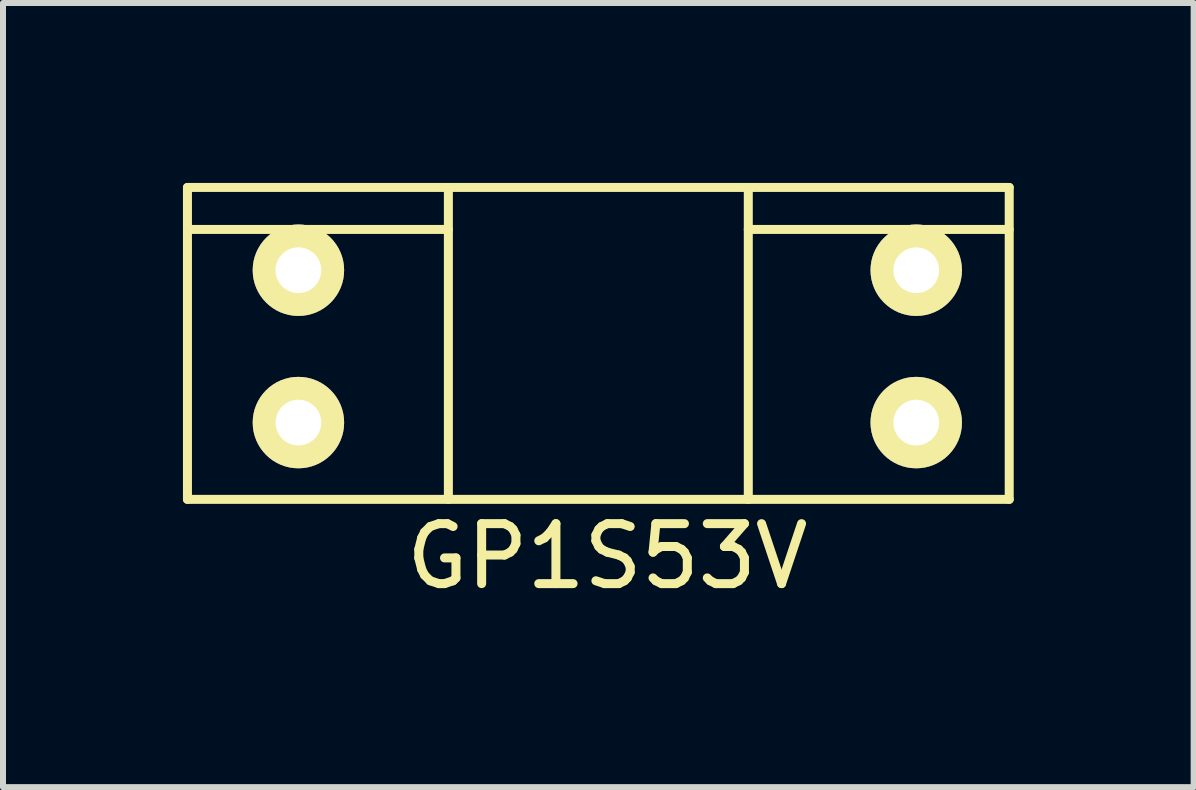
<source format=kicad_pcb>
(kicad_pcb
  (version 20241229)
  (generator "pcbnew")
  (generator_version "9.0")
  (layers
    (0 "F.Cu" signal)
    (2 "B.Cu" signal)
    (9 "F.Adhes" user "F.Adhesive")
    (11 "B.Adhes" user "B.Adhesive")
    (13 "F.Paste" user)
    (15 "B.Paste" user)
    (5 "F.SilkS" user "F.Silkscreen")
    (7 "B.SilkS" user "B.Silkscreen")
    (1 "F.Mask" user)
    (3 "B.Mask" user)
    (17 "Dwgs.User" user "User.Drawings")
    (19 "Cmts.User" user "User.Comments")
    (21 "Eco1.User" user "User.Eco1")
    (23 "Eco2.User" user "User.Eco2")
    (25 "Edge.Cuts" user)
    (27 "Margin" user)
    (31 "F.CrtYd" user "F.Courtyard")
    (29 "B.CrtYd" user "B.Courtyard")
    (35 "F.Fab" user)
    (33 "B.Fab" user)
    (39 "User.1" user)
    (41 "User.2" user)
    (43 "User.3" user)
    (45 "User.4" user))
  (footprint "GP1S53V"
    (layer "F.Cu")
    (at 7.075 2.725)
    (property "Reference" "GP1S53V" (at 0 3.5 0) (layer "F.SilkS") (effects (font (size 1 1) (thickness 0.15))))
    (attr through_hole)
    (fp_line (start -7 -2.65) (end 6.7 -2.65) (stroke (width 0.15) (type solid)) (layer "F.SilkS"))
    (fp_line (start -7 -1.95) (end -2.65 -1.95) (stroke (width 0.15) (type solid)) (layer "F.SilkS"))
    (fp_line (start -7 2.55) (end -7 -2.65) (stroke (width 0.15) (type solid)) (layer "F.SilkS"))
    (fp_line (start -2.65 2.55) (end -2.65 -2.65) (stroke (width 0.15) (type solid)) (layer "F.SilkS"))
    (fp_line (start 2.35 -2.65) (end 2.35 2.55) (stroke (width 0.15) (type solid)) (layer "F.SilkS"))
    (fp_line (start 2.35 -1.95) (end 6.7 -1.95) (stroke (width 0.15) (type solid)) (layer "F.SilkS"))
    (fp_line (start 6.7 -2.65) (end 6.7 2.55) (stroke (width 0.15) (type solid)) (layer "F.SilkS"))
    (fp_line (start 6.7 2.55) (end -7 2.55) (stroke (width 0.15) (type solid)) (layer "F.SilkS"))
    (pad "1" thru_hole circle (at 5.15 1.27) (size 1.524 1.524) (drill 0.762) (layers "*.Cu" "*.Mask" "F.SilkS"))
    (pad "2" thru_hole circle (at 5.15 -1.27) (size 1.524 1.524) (drill 0.762) (layers "*.Cu" "*.Mask" "F.SilkS"))
    (pad "3" thru_hole circle (at -5.15 -1.27) (size 1.524 1.524) (drill 0.762) (layers "*.Cu" "*.Mask" "F.SilkS"))
    (pad "4" thru_hole circle (at -5.15 1.27) (size 1.524 1.524) (drill 0.762) (layers "*.Cu" "*.Mask" "F.SilkS")))
  (gr_rect
    (start -3 -3)
    (end 16.85 10.073)
    (stroke (width 0.1) (type default))
    (fill no)
    (layer "Edge.Cuts")))
</source>
